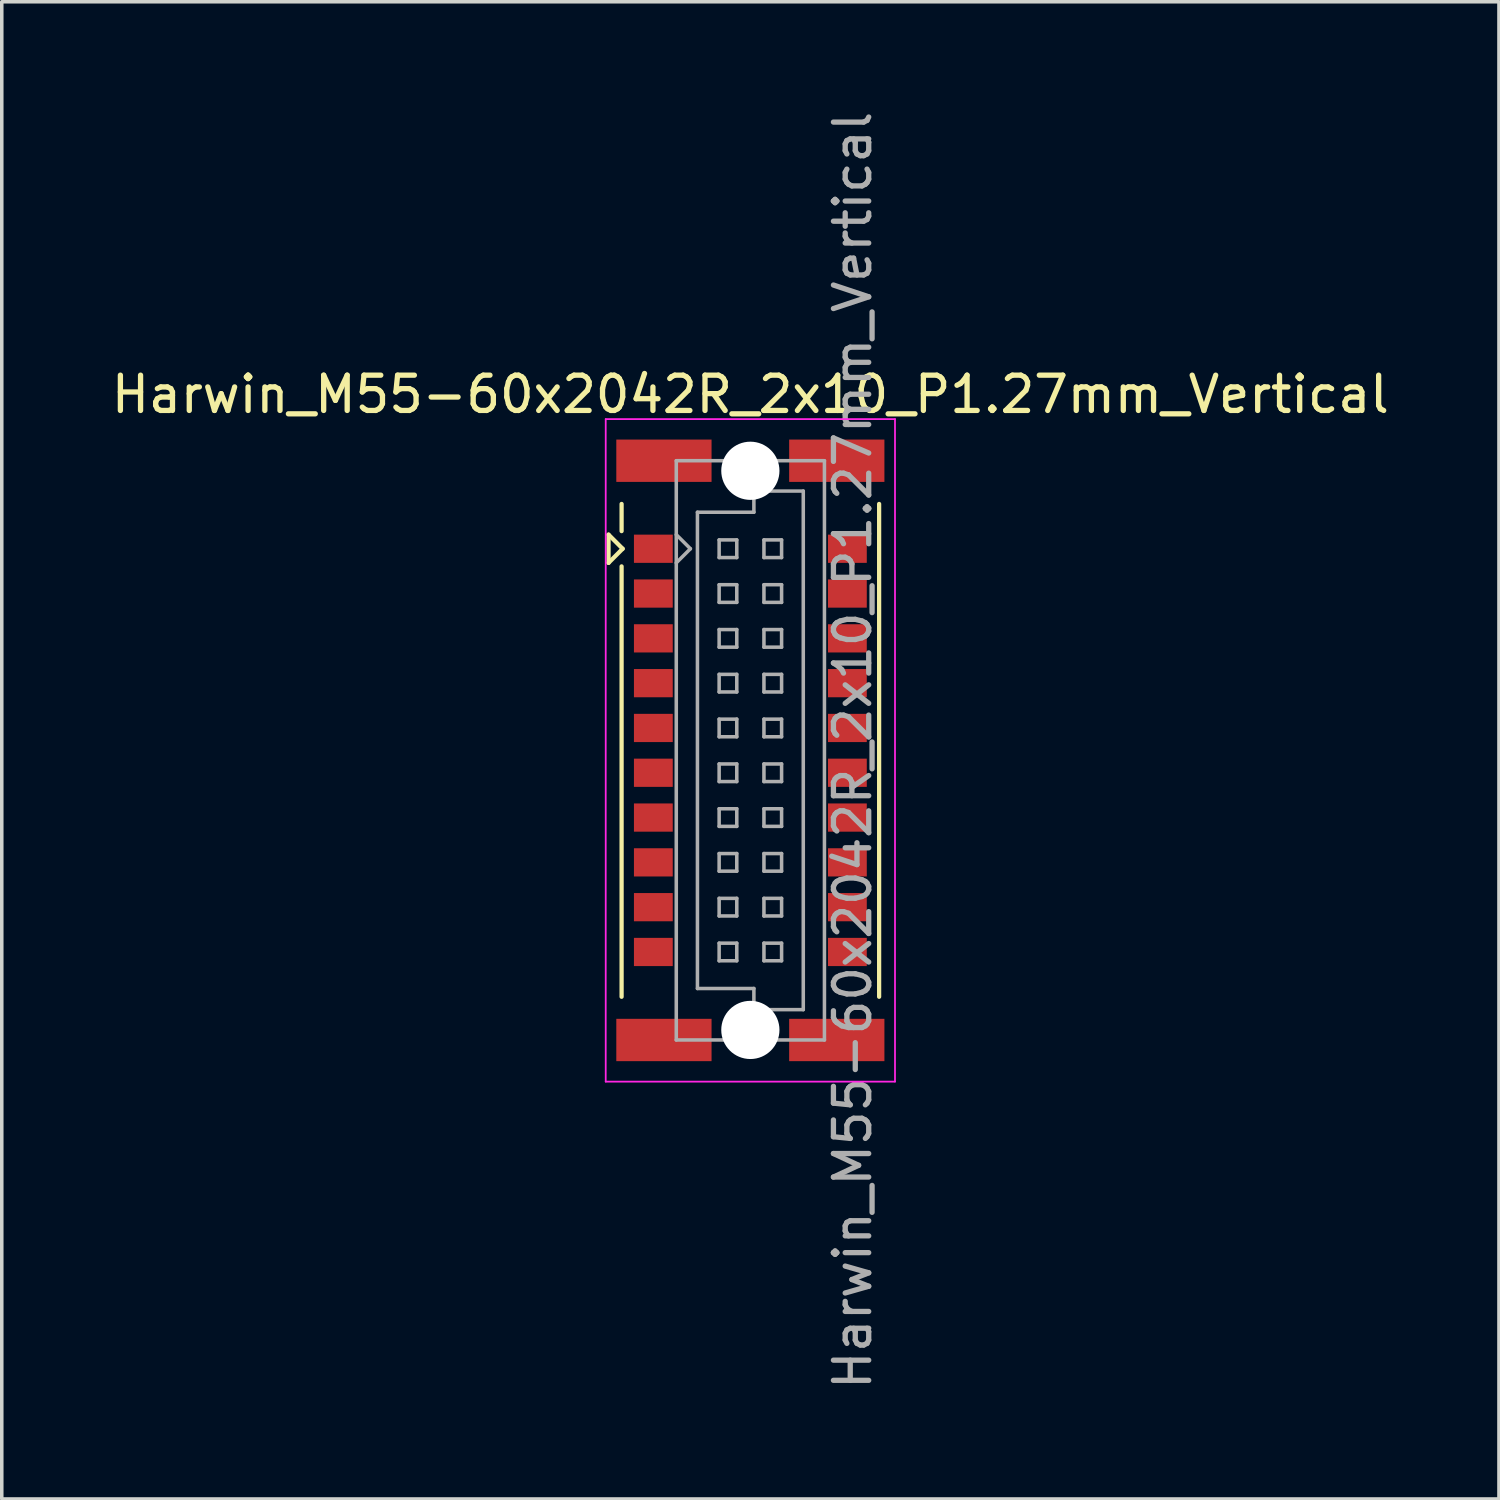
<source format=kicad_pcb>
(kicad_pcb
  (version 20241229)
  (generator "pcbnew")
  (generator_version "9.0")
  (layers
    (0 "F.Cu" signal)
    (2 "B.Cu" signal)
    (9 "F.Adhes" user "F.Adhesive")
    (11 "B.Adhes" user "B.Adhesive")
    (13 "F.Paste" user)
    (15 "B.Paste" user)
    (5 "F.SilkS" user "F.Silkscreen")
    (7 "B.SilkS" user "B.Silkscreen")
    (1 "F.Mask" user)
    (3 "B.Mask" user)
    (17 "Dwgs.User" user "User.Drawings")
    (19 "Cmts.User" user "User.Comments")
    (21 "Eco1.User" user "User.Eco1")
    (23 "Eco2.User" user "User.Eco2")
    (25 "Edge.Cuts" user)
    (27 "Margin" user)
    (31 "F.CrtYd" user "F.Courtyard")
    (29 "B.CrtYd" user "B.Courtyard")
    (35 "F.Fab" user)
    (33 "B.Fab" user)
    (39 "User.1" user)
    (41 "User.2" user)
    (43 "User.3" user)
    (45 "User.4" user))
  (footprint "Harwin_M55-60x2042R_2x10_P1.27mm_Vertical"
    (layer "F.Cu")
    (at 18.22 18.22)
    (property "Reference" "Harwin_M55-60x2042R_2x10_P1.27mm_Vertical" (at 0 -10.09 0) (layer "F.SilkS") (effects (font (size 1 1) (thickness 0.15))))
    (attr smd)
    (fp_line (start -4.02 -6.115) (end -4.02 -5.315) (stroke (width 0.12) (type solid)) (layer "F.SilkS"))
    (fp_line (start -4.02 -5.315) (end -3.62 -5.715) (stroke (width 0.12) (type solid)) (layer "F.SilkS"))
    (fp_line (start -3.65 -6.215) (end -3.65 -6.985) (stroke (width 0.12) (type solid)) (layer "F.SilkS"))
    (fp_line (start -3.65 -5.215) (end -3.65 6.985) (stroke (width 0.12) (type solid)) (layer "F.SilkS"))
    (fp_line (start -3.62 -5.715) (end -4.02 -6.115) (stroke (width 0.12) (type solid)) (layer "F.SilkS"))
    (fp_line (start 3.65 6.985) (end 3.65 -6.985) (stroke (width 0.12) (type solid)) (layer "F.SilkS"))
    (fp_line (start -4.1 -9.39) (end 4.1 -9.39) (stroke (width 0.05) (type solid)) (layer "F.CrtYd"))
    (fp_line (start -4.1 9.39) (end -4.1 -9.39) (stroke (width 0.05) (type solid)) (layer "F.CrtYd"))
    (fp_line (start 4.1 -9.39) (end 4.1 9.39) (stroke (width 0.05) (type solid)) (layer "F.CrtYd"))
    (fp_line (start 4.1 9.39) (end -4.1 9.39) (stroke (width 0.05) (type solid)) (layer "F.CrtYd"))
    (fp_line (start -2.1 -8.21) (end -2.1 8.21) (stroke (width 0.1) (type solid)) (layer "F.Fab"))
    (fp_line (start -2.1 -5.315) (end -1.7 -5.715) (stroke (width 0.1) (type solid)) (layer "F.Fab"))
    (fp_line (start -2.1 8.21) (end 2.1 8.21) (stroke (width 0.1) (type solid)) (layer "F.Fab"))
    (fp_line (start -1.7 -5.715) (end -2.1 -6.115) (stroke (width 0.1) (type solid)) (layer "F.Fab"))
    (fp_line (start -1.5 -6.75) (end 0.1 -6.75) (stroke (width 0.1) (type solid)) (layer "F.Fab"))
    (fp_line (start -1.5 6.75) (end -1.5 -6.75) (stroke (width 0.1) (type solid)) (layer "F.Fab"))
    (fp_line (start -0.885 -5.965) (end -0.885 -5.465) (stroke (width 0.1) (type solid)) (layer "F.Fab"))
    (fp_line (start -0.885 -5.465) (end -0.385 -5.465) (stroke (width 0.1) (type solid)) (layer "F.Fab"))
    (fp_line (start -0.885 -4.695) (end -0.885 -4.195) (stroke (width 0.1) (type solid)) (layer "F.Fab"))
    (fp_line (start -0.885 -4.195) (end -0.385 -4.195) (stroke (width 0.1) (type solid)) (layer "F.Fab"))
    (fp_line (start -0.885 -3.425) (end -0.885 -2.925) (stroke (width 0.1) (type solid)) (layer "F.Fab"))
    (fp_line (start -0.885 -2.925) (end -0.385 -2.925) (stroke (width 0.1) (type solid)) (layer "F.Fab"))
    (fp_line (start -0.885 -2.155) (end -0.885 -1.655) (stroke (width 0.1) (type solid)) (layer "F.Fab"))
    (fp_line (start -0.885 -1.655) (end -0.385 -1.655) (stroke (width 0.1) (type solid)) (layer "F.Fab"))
    (fp_line (start -0.885 -0.885) (end -0.885 -0.385) (stroke (width 0.1) (type solid)) (layer "F.Fab"))
    (fp_line (start -0.885 -0.385) (end -0.385 -0.385) (stroke (width 0.1) (type solid)) (layer "F.Fab"))
    (fp_line (start -0.885 0.385) (end -0.885 0.885) (stroke (width 0.1) (type solid)) (layer "F.Fab"))
    (fp_line (start -0.885 0.885) (end -0.385 0.885) (stroke (width 0.1) (type solid)) (layer "F.Fab"))
    (fp_line (start -0.885 1.655) (end -0.885 2.155) (stroke (width 0.1) (type solid)) (layer "F.Fab"))
    (fp_line (start -0.885 2.155) (end -0.385 2.155) (stroke (width 0.1) (type solid)) (layer "F.Fab"))
    (fp_line (start -0.885 2.925) (end -0.885 3.425) (stroke (width 0.1) (type solid)) (layer "F.Fab"))
    (fp_line (start -0.885 3.425) (end -0.385 3.425) (stroke (width 0.1) (type solid)) (layer "F.Fab"))
    (fp_line (start -0.885 4.195) (end -0.885 4.695) (stroke (width 0.1) (type solid)) (layer "F.Fab"))
    (fp_line (start -0.885 4.695) (end -0.385 4.695) (stroke (width 0.1) (type solid)) (layer "F.Fab"))
    (fp_line (start -0.885 5.465) (end -0.885 5.965) (stroke (width 0.1) (type solid)) (layer "F.Fab"))
    (fp_line (start -0.885 5.965) (end -0.385 5.965) (stroke (width 0.1) (type solid)) (layer "F.Fab"))
    (fp_line (start -0.385 -5.965) (end -0.885 -5.965) (stroke (width 0.1) (type solid)) (layer "F.Fab"))
    (fp_line (start -0.385 -5.465) (end -0.385 -5.965) (stroke (width 0.1) (type solid)) (layer "F.Fab"))
    (fp_line (start -0.385 -4.695) (end -0.885 -4.695) (stroke (width 0.1) (type solid)) (layer "F.Fab"))
    (fp_line (start -0.385 -4.195) (end -0.385 -4.695) (stroke (width 0.1) (type solid)) (layer "F.Fab"))
    (fp_line (start -0.385 -3.425) (end -0.885 -3.425) (stroke (width 0.1) (type solid)) (layer "F.Fab"))
    (fp_line (start -0.385 -2.925) (end -0.385 -3.425) (stroke (width 0.1) (type solid)) (layer "F.Fab"))
    (fp_line (start -0.385 -2.155) (end -0.885 -2.155) (stroke (width 0.1) (type solid)) (layer "F.Fab"))
    (fp_line (start -0.385 -1.655) (end -0.385 -2.155) (stroke (width 0.1) (type solid)) (layer "F.Fab"))
    (fp_line (start -0.385 -0.885) (end -0.885 -0.885) (stroke (width 0.1) (type solid)) (layer "F.Fab"))
    (fp_line (start -0.385 -0.385) (end -0.385 -0.885) (stroke (width 0.1) (type solid)) (layer "F.Fab"))
    (fp_line (start -0.385 0.385) (end -0.885 0.385) (stroke (width 0.1) (type solid)) (layer "F.Fab"))
    (fp_line (start -0.385 0.885) (end -0.385 0.385) (stroke (width 0.1) (type solid)) (layer "F.Fab"))
    (fp_line (start -0.385 1.655) (end -0.885 1.655) (stroke (width 0.1) (type solid)) (layer "F.Fab"))
    (fp_line (start -0.385 2.155) (end -0.385 1.655) (stroke (width 0.1) (type solid)) (layer "F.Fab"))
    (fp_line (start -0.385 2.925) (end -0.885 2.925) (stroke (width 0.1) (type solid)) (layer "F.Fab"))
    (fp_line (start -0.385 3.425) (end -0.385 2.925) (stroke (width 0.1) (type solid)) (layer "F.Fab"))
    (fp_line (start -0.385 4.195) (end -0.885 4.195) (stroke (width 0.1) (type solid)) (layer "F.Fab"))
    (fp_line (start -0.385 4.695) (end -0.385 4.195) (stroke (width 0.1) (type solid)) (layer "F.Fab"))
    (fp_line (start -0.385 5.465) (end -0.885 5.465) (stroke (width 0.1) (type solid)) (layer "F.Fab"))
    (fp_line (start -0.385 5.965) (end -0.385 5.465) (stroke (width 0.1) (type solid)) (layer "F.Fab"))
    (fp_line (start 0.1 -7.35) (end 1.5 -7.35) (stroke (width 0.1) (type solid)) (layer "F.Fab"))
    (fp_line (start 0.1 -6.75) (end 0.1 -7.35) (stroke (width 0.1) (type solid)) (layer "F.Fab"))
    (fp_line (start 0.1 6.75) (end -1.5 6.75) (stroke (width 0.1) (type solid)) (layer "F.Fab"))
    (fp_line (start 0.1 7.35) (end 0.1 6.75) (stroke (width 0.1) (type solid)) (layer "F.Fab"))
    (fp_line (start 0.385 -5.965) (end 0.385 -5.465) (stroke (width 0.1) (type solid)) (layer "F.Fab"))
    (fp_line (start 0.385 -5.465) (end 0.885 -5.465) (stroke (width 0.1) (type solid)) (layer "F.Fab"))
    (fp_line (start 0.385 -4.695) (end 0.385 -4.195) (stroke (width 0.1) (type solid)) (layer "F.Fab"))
    (fp_line (start 0.385 -4.195) (end 0.885 -4.195) (stroke (width 0.1) (type solid)) (layer "F.Fab"))
    (fp_line (start 0.385 -3.425) (end 0.385 -2.925) (stroke (width 0.1) (type solid)) (layer "F.Fab"))
    (fp_line (start 0.385 -2.925) (end 0.885 -2.925) (stroke (width 0.1) (type solid)) (layer "F.Fab"))
    (fp_line (start 0.385 -2.155) (end 0.385 -1.655) (stroke (width 0.1) (type solid)) (layer "F.Fab"))
    (fp_line (start 0.385 -1.655) (end 0.885 -1.655) (stroke (width 0.1) (type solid)) (layer "F.Fab"))
    (fp_line (start 0.385 -0.885) (end 0.385 -0.385) (stroke (width 0.1) (type solid)) (layer "F.Fab"))
    (fp_line (start 0.385 -0.385) (end 0.885 -0.385) (stroke (width 0.1) (type solid)) (layer "F.Fab"))
    (fp_line (start 0.385 0.385) (end 0.385 0.885) (stroke (width 0.1) (type solid)) (layer "F.Fab"))
    (fp_line (start 0.385 0.885) (end 0.885 0.885) (stroke (width 0.1) (type solid)) (layer "F.Fab"))
    (fp_line (start 0.385 1.655) (end 0.385 2.155) (stroke (width 0.1) (type solid)) (layer "F.Fab"))
    (fp_line (start 0.385 2.155) (end 0.885 2.155) (stroke (width 0.1) (type solid)) (layer "F.Fab"))
    (fp_line (start 0.385 2.925) (end 0.385 3.425) (stroke (width 0.1) (type solid)) (layer "F.Fab"))
    (fp_line (start 0.385 3.425) (end 0.885 3.425) (stroke (width 0.1) (type solid)) (layer "F.Fab"))
    (fp_line (start 0.385 4.195) (end 0.385 4.695) (stroke (width 0.1) (type solid)) (layer "F.Fab"))
    (fp_line (start 0.385 4.695) (end 0.885 4.695) (stroke (width 0.1) (type solid)) (layer "F.Fab"))
    (fp_line (start 0.385 5.465) (end 0.385 5.965) (stroke (width 0.1) (type solid)) (layer "F.Fab"))
    (fp_line (start 0.385 5.965) (end 0.885 5.965) (stroke (width 0.1) (type solid)) (layer "F.Fab"))
    (fp_line (start 0.885 -5.965) (end 0.385 -5.965) (stroke (width 0.1) (type solid)) (layer "F.Fab"))
    (fp_line (start 0.885 -5.465) (end 0.885 -5.965) (stroke (width 0.1) (type solid)) (layer "F.Fab"))
    (fp_line (start 0.885 -4.695) (end 0.385 -4.695) (stroke (width 0.1) (type solid)) (layer "F.Fab"))
    (fp_line (start 0.885 -4.195) (end 0.885 -4.695) (stroke (width 0.1) (type solid)) (layer "F.Fab"))
    (fp_line (start 0.885 -3.425) (end 0.385 -3.425) (stroke (width 0.1) (type solid)) (layer "F.Fab"))
    (fp_line (start 0.885 -2.925) (end 0.885 -3.425) (stroke (width 0.1) (type solid)) (layer "F.Fab"))
    (fp_line (start 0.885 -2.155) (end 0.385 -2.155) (stroke (width 0.1) (type solid)) (layer "F.Fab"))
    (fp_line (start 0.885 -1.655) (end 0.885 -2.155) (stroke (width 0.1) (type solid)) (layer "F.Fab"))
    (fp_line (start 0.885 -0.885) (end 0.385 -0.885) (stroke (width 0.1) (type solid)) (layer "F.Fab"))
    (fp_line (start 0.885 -0.385) (end 0.885 -0.885) (stroke (width 0.1) (type solid)) (layer "F.Fab"))
    (fp_line (start 0.885 0.385) (end 0.385 0.385) (stroke (width 0.1) (type solid)) (layer "F.Fab"))
    (fp_line (start 0.885 0.885) (end 0.885 0.385) (stroke (width 0.1) (type solid)) (layer "F.Fab"))
    (fp_line (start 0.885 1.655) (end 0.385 1.655) (stroke (width 0.1) (type solid)) (layer "F.Fab"))
    (fp_line (start 0.885 2.155) (end 0.885 1.655) (stroke (width 0.1) (type solid)) (layer "F.Fab"))
    (fp_line (start 0.885 2.925) (end 0.385 2.925) (stroke (width 0.1) (type solid)) (layer "F.Fab"))
    (fp_line (start 0.885 3.425) (end 0.885 2.925) (stroke (width 0.1) (type solid)) (layer "F.Fab"))
    (fp_line (start 0.885 4.195) (end 0.385 4.195) (stroke (width 0.1) (type solid)) (layer "F.Fab"))
    (fp_line (start 0.885 4.695) (end 0.885 4.195) (stroke (width 0.1) (type solid)) (layer "F.Fab"))
    (fp_line (start 0.885 5.465) (end 0.385 5.465) (stroke (width 0.1) (type solid)) (layer "F.Fab"))
    (fp_line (start 0.885 5.965) (end 0.885 5.465) (stroke (width 0.1) (type solid)) (layer "F.Fab"))
    (fp_line (start 1.5 -7.35) (end 1.5 7.35) (stroke (width 0.1) (type solid)) (layer "F.Fab"))
    (fp_line (start 1.5 7.35) (end 0.1 7.35) (stroke (width 0.1) (type solid)) (layer "F.Fab"))
    (fp_line (start 2.1 -8.21) (end -2.1 -8.21) (stroke (width 0.1) (type solid)) (layer "F.Fab"))
    (fp_line (start 2.1 8.21) (end 2.1 -8.21) (stroke (width 0.1) (type solid)) (layer "F.Fab"))
    (fp_text user "${REFERENCE}" (at 2.9 0 90) (layer "F.Fab") (effects (font (size 1 1) (thickness 0.15))))
    (pad "" smd rect (at -2.45 -8.21) (size 2.7 1.2) (layers "F.Cu" "F.Mask" "F.Paste"))
    (pad "" smd rect (at -2.45 8.21) (size 2.7 1.2) (layers "F.Cu" "F.Mask" "F.Paste"))
    (pad "" np_thru_hole circle (at 0 -7.925) (size 1.65 1.65) (drill 1.65) (layers "*.Cu" "*.Mask"))
    (pad "" np_thru_hole circle (at 0 7.925) (size 1.65 1.65) (drill 1.65) (layers "*.Cu" "*.Mask"))
    (pad "" smd rect (at 2.45 -8.21) (size 2.7 1.2) (layers "F.Cu" "F.Mask" "F.Paste"))
    (pad "" smd rect (at 2.45 8.21) (size 2.7 1.2) (layers "F.Cu" "F.Mask" "F.Paste"))
    (pad "1" smd rect (at -2.75 -5.715) (size 1.1 0.8) (layers "F.Cu" "F.Mask" "F.Paste"))
    (pad "2" smd rect (at 2.75 -5.715) (size 1.1 0.8) (layers "F.Cu" "F.Mask" "F.Paste"))
    (pad "3" smd rect (at -2.75 -4.445) (size 1.1 0.8) (layers "F.Cu" "F.Mask" "F.Paste"))
    (pad "4" smd rect (at 2.75 -4.445) (size 1.1 0.8) (layers "F.Cu" "F.Mask" "F.Paste"))
    (pad "5" smd rect (at -2.75 -3.175) (size 1.1 0.8) (layers "F.Cu" "F.Mask" "F.Paste"))
    (pad "6" smd rect (at 2.75 -3.175) (size 1.1 0.8) (layers "F.Cu" "F.Mask" "F.Paste"))
    (pad "7" smd rect (at -2.75 -1.905) (size 1.1 0.8) (layers "F.Cu" "F.Mask" "F.Paste"))
    (pad "8" smd rect (at 2.75 -1.905) (size 1.1 0.8) (layers "F.Cu" "F.Mask" "F.Paste"))
    (pad "9" smd rect (at -2.75 -0.635) (size 1.1 0.8) (layers "F.Cu" "F.Mask" "F.Paste"))
    (pad "10" smd rect (at 2.75 -0.635) (size 1.1 0.8) (layers "F.Cu" "F.Mask" "F.Paste"))
    (pad "11" smd rect (at -2.75 0.635) (size 1.1 0.8) (layers "F.Cu" "F.Mask" "F.Paste"))
    (pad "12" smd rect (at 2.75 0.635) (size 1.1 0.8) (layers "F.Cu" "F.Mask" "F.Paste"))
    (pad "13" smd rect (at -2.75 1.905) (size 1.1 0.8) (layers "F.Cu" "F.Mask" "F.Paste"))
    (pad "14" smd rect (at 2.75 1.905) (size 1.1 0.8) (layers "F.Cu" "F.Mask" "F.Paste"))
    (pad "15" smd rect (at -2.75 3.175) (size 1.1 0.8) (layers "F.Cu" "F.Mask" "F.Paste"))
    (pad "16" smd rect (at 2.75 3.175) (size 1.1 0.8) (layers "F.Cu" "F.Mask" "F.Paste"))
    (pad "17" smd rect (at -2.75 4.445) (size 1.1 0.8) (layers "F.Cu" "F.Mask" "F.Paste"))
    (pad "18" smd rect (at 2.75 4.445) (size 1.1 0.8) (layers "F.Cu" "F.Mask" "F.Paste"))
    (pad "19" smd rect (at -2.75 5.715) (size 1.1 0.8) (layers "F.Cu" "F.Mask" "F.Paste"))
    (pad "20" smd rect (at 2.75 5.715) (size 1.1 0.8) (layers "F.Cu" "F.Mask" "F.Paste")))
  (gr_rect
    (start -3 -3)
    (end 39.44 39.44)
    (stroke (width 0.1) (type default))
    (fill no)
    (layer "Edge.Cuts")))
</source>
